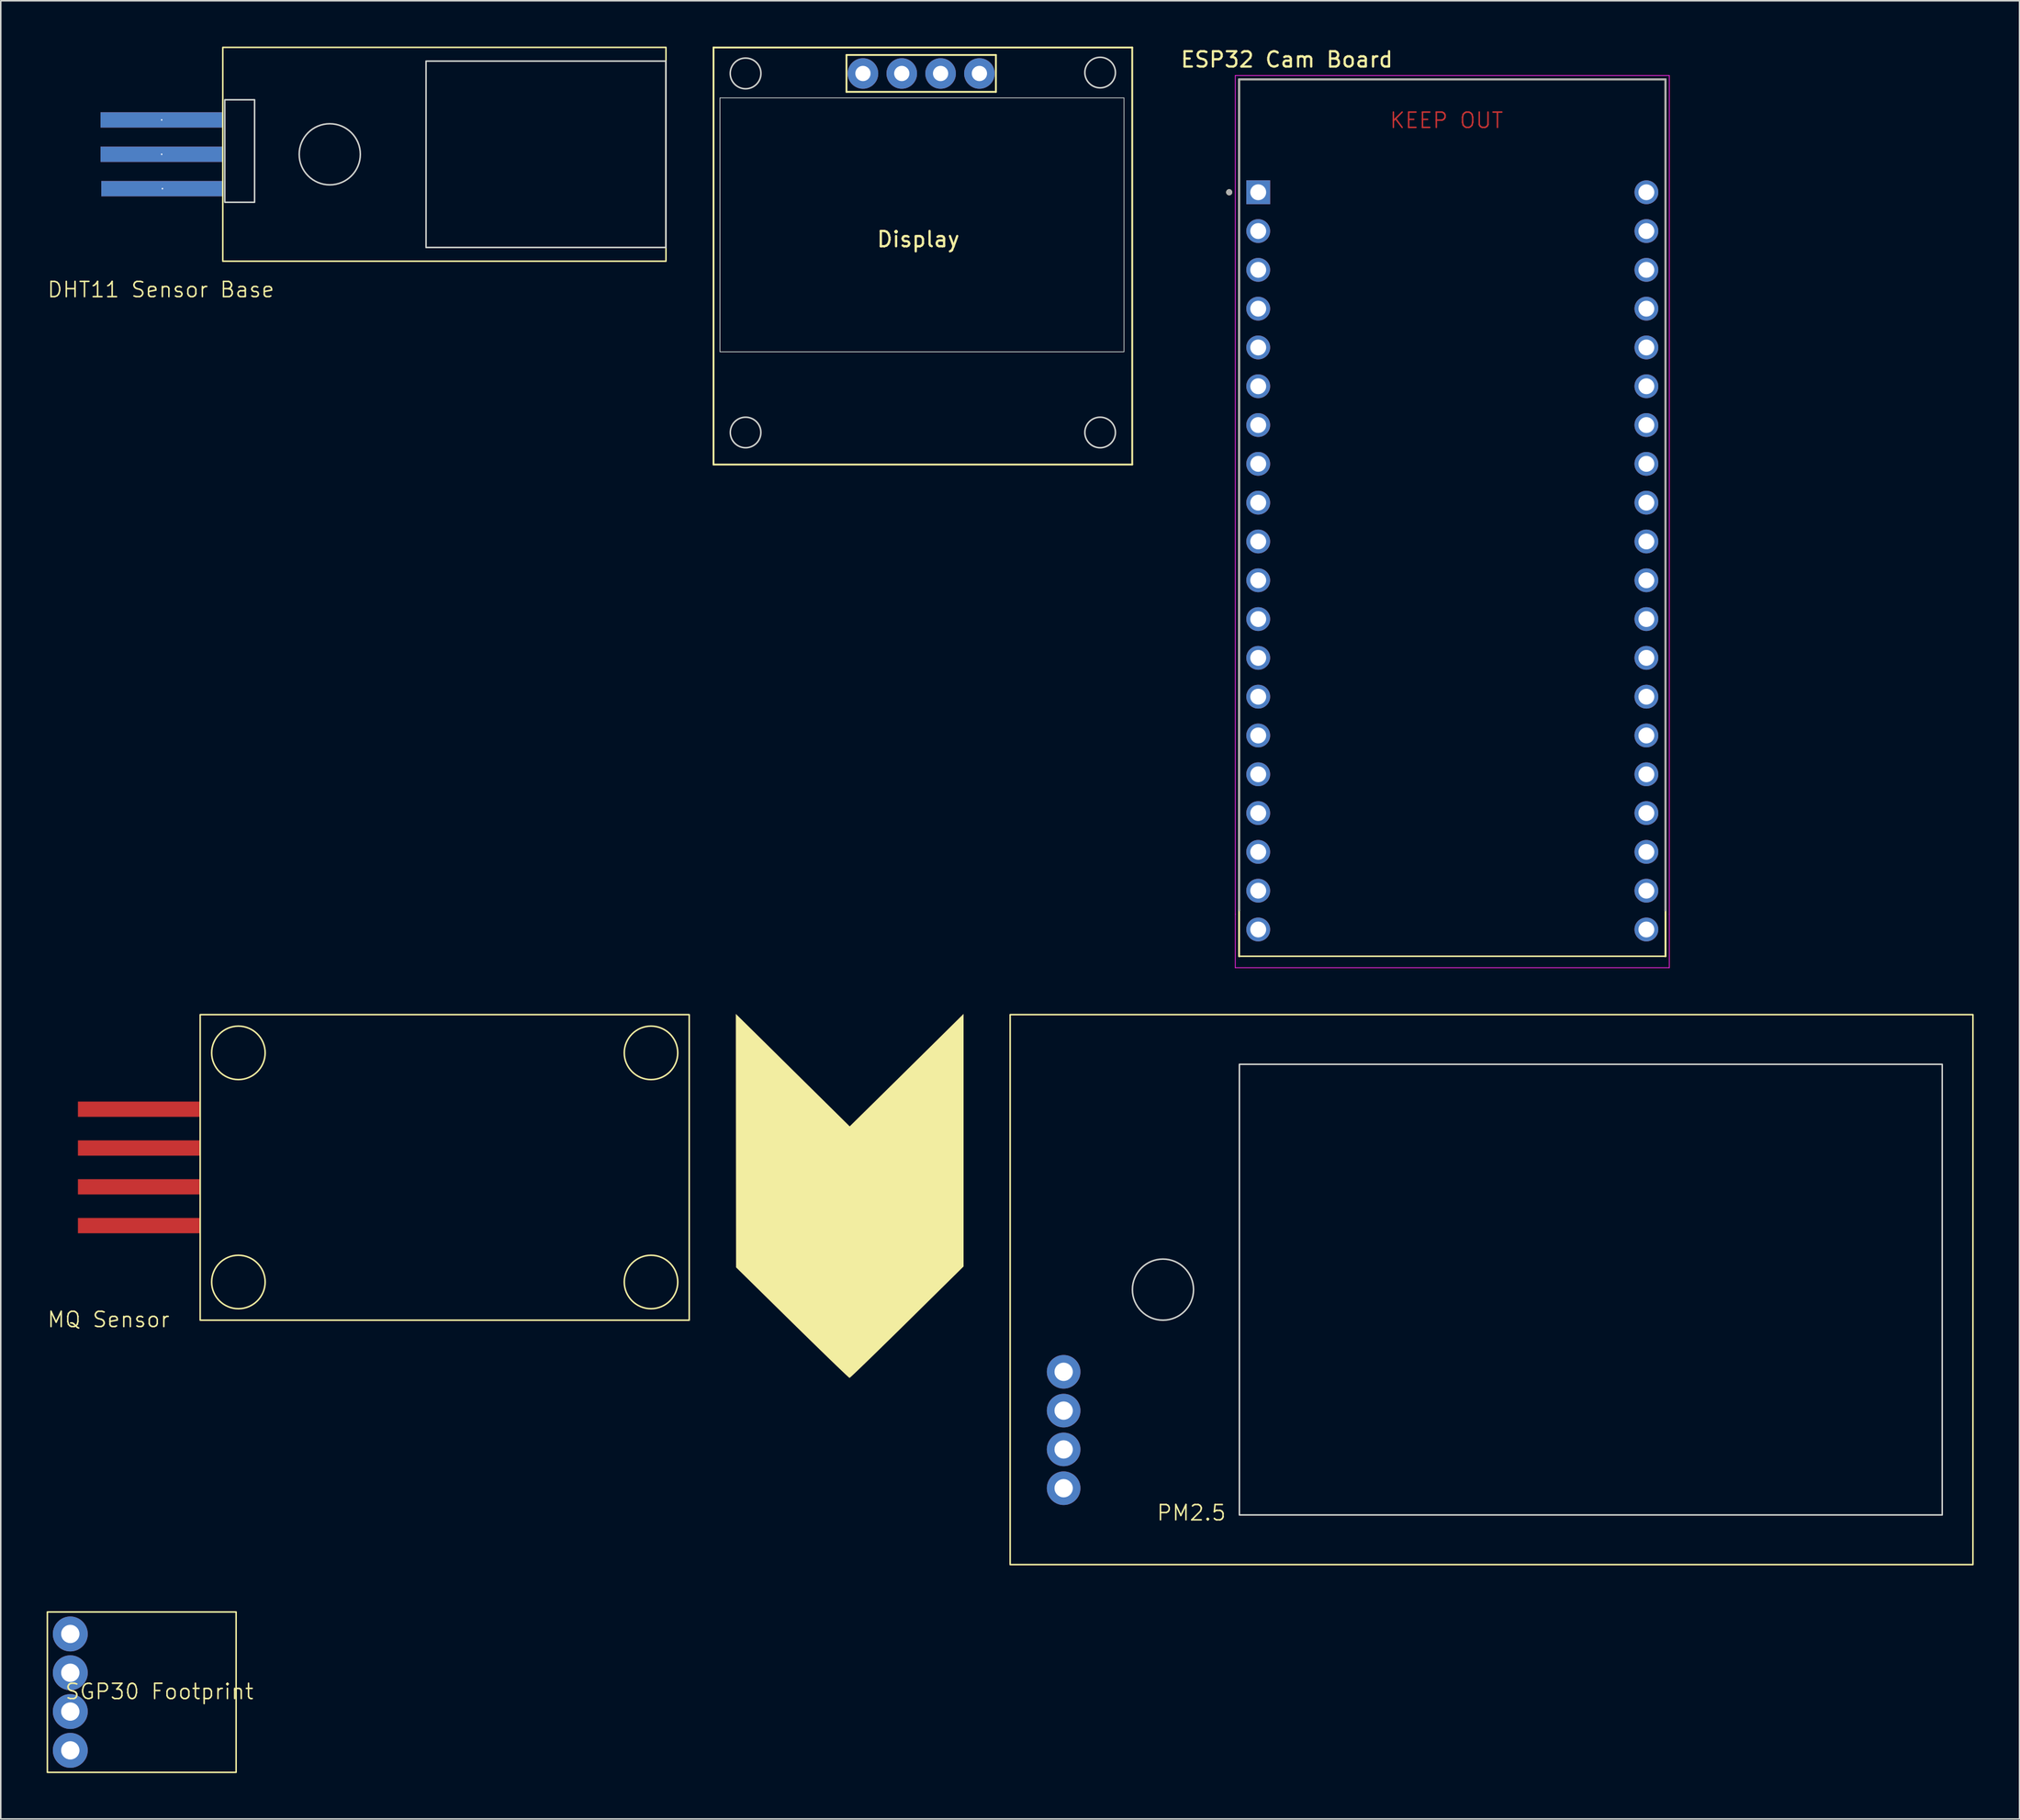
<source format=kicad_pcb>
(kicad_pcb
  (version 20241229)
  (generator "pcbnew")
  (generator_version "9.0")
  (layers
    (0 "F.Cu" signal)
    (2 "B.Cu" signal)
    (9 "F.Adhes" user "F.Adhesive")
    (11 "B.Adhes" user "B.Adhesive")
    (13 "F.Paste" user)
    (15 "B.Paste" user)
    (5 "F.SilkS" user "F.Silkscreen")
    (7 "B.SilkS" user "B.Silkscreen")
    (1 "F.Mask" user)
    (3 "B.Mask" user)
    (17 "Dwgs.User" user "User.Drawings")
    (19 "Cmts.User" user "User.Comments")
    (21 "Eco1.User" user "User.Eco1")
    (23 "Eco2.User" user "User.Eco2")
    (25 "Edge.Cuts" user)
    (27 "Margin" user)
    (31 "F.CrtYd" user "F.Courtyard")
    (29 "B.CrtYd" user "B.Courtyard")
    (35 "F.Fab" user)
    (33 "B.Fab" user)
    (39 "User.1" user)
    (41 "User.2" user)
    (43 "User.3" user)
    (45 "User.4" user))
  (footprint "Display"
    (layer "F.Cu")
    (at 57.039 12.36)
    (property "Reference" "Display" (at 0 0.254 0) (layer "F.SilkS") (effects (font (size 1 1) (thickness 0.15))))
    (attr through_hole)
    (fp_line (start -13.4 -12.3) (end 14 -12.3) (stroke (width 0.12) (type solid)) (layer "F.SilkS"))
    (fp_line (start -13.4 15) (end -13.4 -12.3) (stroke (width 0.12) (type solid)) (layer "F.SilkS"))
    (fp_line (start -4.699 -11.811) (end -4.699 -9.398) (stroke (width 0.12) (type solid)) (layer "F.SilkS"))
    (fp_line (start -4.699 -11.811) (end 5.08 -11.811) (stroke (width 0.12) (type solid)) (layer "F.SilkS"))
    (fp_line (start 5.08 -11.811) (end 5.08 -9.398) (stroke (width 0.12) (type solid)) (layer "F.SilkS"))
    (fp_line (start 5.08 -9.398) (end -4.699 -9.398) (stroke (width 0.12) (type solid)) (layer "F.SilkS"))
    (fp_line (start 14 -12.3) (end 14 15) (stroke (width 0.12) (type solid)) (layer "F.SilkS"))
    (fp_line (start 14 15) (end -13.4 15) (stroke (width 0.12) (type solid)) (layer "F.SilkS"))
    (fp_rect (start -12.978 -9.005) (end 13.462 7.62) (stroke (width 0.05) (type default)) (fill no) (layer "Edge.Cuts"))
    (fp_circle (center -11.3 -10.604) (end -10.295 -10.604) (stroke (width 0.1) (type default)) (fill no) (layer "Edge.Cuts"))
    (fp_circle (center -11.3 12.9) (end -10.3 12.9) (stroke (width 0.1) (type default)) (fill no) (layer "Edge.Cuts"))
    (fp_circle (center 11.9 -10.66) (end 12.9 -10.66) (stroke (width 0.1) (type default)) (fill no) (layer "Edge.Cuts"))
    (fp_circle (center 11.9 12.9) (end 12.9 12.9) (stroke (width 0.1) (type default)) (fill no) (layer "Edge.Cuts"))
    (pad "1" thru_hole circle (at -3.62 -10.6 90) (size 2 2) (drill 1) (layers "*.Cu" "*.Mask"))
    (pad "2" thru_hole circle (at -1.08 -10.6 90) (size 2 2) (drill 1) (layers "*.Cu" "*.Mask"))
    (pad "3" thru_hole circle (at 1.46 -10.6 90) (size 2 2) (drill 1) (layers "*.Cu" "*.Mask"))
    (pad "4" thru_hole circle (at 4 -10.6 90) (size 2 2) (drill 1) (layers "*.Cu" "*.Mask")))
  (footprint "ESP32 Cam Board"
    (layer "F.Cu")
    (at 91.984 29.295)
    (property "Reference" "ESP32 Cam Board" (at -10.829 -28.446 0) (layer "F.SilkS") (effects (font (size 1 1) (thickness 0.15))))
    (attr through_hole)
    (fp_line (start -13.95 -27.15) (end 13.95 -27.15) (stroke (width 0.127) (type solid)) (layer "F.SilkS"))
    (fp_line (start -13.95 27.25) (end -13.95 -27.15) (stroke (width 0.127) (type solid)) (layer "F.SilkS"))
    (fp_line (start -13.95 27.25) (end -13.95 30.25) (stroke (width 0.127) (type default)) (layer "F.SilkS"))
    (fp_line (start -13.95 30.25) (end 13.95 30.25) (stroke (width 0.1) (type default)) (layer "F.SilkS"))
    (fp_line (start 13.95 -27.15) (end 13.95 27.25) (stroke (width 0.127) (type solid)) (layer "F.SilkS"))
    (fp_line (start 13.95 27.25) (end 13.95 30.25) (stroke (width 0.127) (type default)) (layer "F.SilkS"))
    (fp_circle (center -14.6 -19.76) (end -14.5 -19.76) (stroke (width 0.2) (type solid)) (fill no) (layer "F.SilkS"))
    (fp_line (start -14.2 -27.4) (end 14.2 -27.4) (stroke (width 0.05) (type solid)) (layer "F.CrtYd"))
    (fp_line (start -14.2 27.5) (end -14.2 -27.4) (stroke (width 0.05) (type solid)) (layer "F.CrtYd"))
    (fp_line (start -14.2 27.5) (end -14.2 31) (stroke (width 0.05) (type default)) (layer "F.CrtYd"))
    (fp_line (start 14.2 -27.4) (end 14.2 27.5) (stroke (width 0.05) (type solid)) (layer "F.CrtYd"))
    (fp_line (start 14.2 27.5) (end 14.2 31) (stroke (width 0.05) (type default)) (layer "F.CrtYd"))
    (fp_line (start 14.2 31) (end -14.2 31) (stroke (width 0.05) (type default)) (layer "F.CrtYd"))
    (fp_line (start -13.95 -27.15) (end 13.95 -27.15) (stroke (width 0.127) (type solid)) (layer "F.Fab"))
    (fp_line (start -13.95 27.25) (end -13.95 -27.15) (stroke (width 0.127) (type solid)) (layer "F.Fab"))
    (fp_line (start 13.95 -27.15) (end 13.95 27.25) (stroke (width 0.127) (type solid)) (layer "F.Fab"))
    (fp_circle (center -14.6 -19.76) (end -14.5 -19.76) (stroke (width 0.2) (type solid)) (fill no) (layer "F.Fab"))
    (fp_text user "KEEP OUT" (at -4.16 -23.88 0) (unlocked yes) (layer "F.Cu") (effects (font (size 1 1) (thickness 0.1)) (justify left bottom)))
    (pad "J2-1" thru_hole rect (at -12.7 -19.76) (size 1.56 1.56) (drill 1.04) (layers "*.Cu" "*.Mask"))
    (pad "J2-2" thru_hole circle (at -12.7 -17.22) (size 1.56 1.56) (drill 1.04) (layers "*.Cu" "*.Mask"))
    (pad "J2-3" thru_hole circle (at -12.7 -14.68) (size 1.56 1.56) (drill 1.04) (layers "*.Cu" "*.Mask"))
    (pad "J2-4" thru_hole circle (at -12.7 -12.14) (size 1.56 1.56) (drill 1.04) (layers "*.Cu" "*.Mask"))
    (pad "J2-5" thru_hole circle (at -12.7 -9.6) (size 1.56 1.56) (drill 1.04) (layers "*.Cu" "*.Mask"))
    (pad "J2-6" thru_hole circle (at -12.7 -7.06) (size 1.56 1.56) (drill 1.04) (layers "*.Cu" "*.Mask"))
    (pad "J2-7" thru_hole circle (at -12.7 -4.52) (size 1.56 1.56) (drill 1.04) (layers "*.Cu" "*.Mask"))
    (pad "J2-8" thru_hole circle (at -12.7 -1.98) (size 1.56 1.56) (drill 1.04) (layers "*.Cu" "*.Mask"))
    (pad "J2-9" thru_hole circle (at -12.7 0.56) (size 1.56 1.56) (drill 1.04) (layers "*.Cu" "*.Mask"))
    (pad "J2-10" thru_hole circle (at -12.7 3.1) (size 1.56 1.56) (drill 1.04) (layers "*.Cu" "*.Mask"))
    (pad "J2-11" thru_hole circle (at -12.7 5.64) (size 1.56 1.56) (drill 1.04) (layers "*.Cu" "*.Mask"))
    (pad "J2-12" thru_hole circle (at -12.7 8.18) (size 1.56 1.56) (drill 1.04) (layers "*.Cu" "*.Mask"))
    (pad "J2-13" thru_hole circle (at -12.7 10.72) (size 1.56 1.56) (drill 1.04) (layers "*.Cu" "*.Mask"))
    (pad "J2-14" thru_hole circle (at -12.7 13.26) (size 1.56 1.56) (drill 1.04) (layers "*.Cu" "*.Mask"))
    (pad "J2-15" thru_hole circle (at -12.7 15.8) (size 1.56 1.56) (drill 1.04) (layers "*.Cu" "*.Mask"))
    (pad "J2-16" thru_hole circle (at -12.7 18.34) (size 1.56 1.56) (drill 1.04) (layers "*.Cu" "*.Mask"))
    (pad "J2-17" thru_hole circle (at -12.7 20.88) (size 1.56 1.56) (drill 1.04) (layers "*.Cu" "*.Mask"))
    (pad "J2-18" thru_hole circle (at -12.7 23.42) (size 1.56 1.56) (drill 1.04) (layers "*.Cu" "*.Mask"))
    (pad "J2-19" thru_hole circle (at -12.7 25.96) (size 1.56 1.56) (drill 1.04) (layers "*.Cu" "*.Mask"))
    (pad "J2-20" thru_hole circle (at -12.7 28.5) (size 1.56 1.56) (drill 1.04) (layers "*.Cu" "*.Mask"))
    (pad "J3-1" thru_hole circle (at 12.7 -19.76) (size 1.56 1.56) (drill 1.04) (layers "*.Cu" "*.Mask"))
    (pad "J3-2" thru_hole circle (at 12.7 -17.22) (size 1.56 1.56) (drill 1.04) (layers "*.Cu" "*.Mask"))
    (pad "J3-3" thru_hole circle (at 12.7 -14.68) (size 1.56 1.56) (drill 1.04) (layers "*.Cu" "*.Mask"))
    (pad "J3-4" thru_hole circle (at 12.7 -12.14) (size 1.56 1.56) (drill 1.04) (layers "*.Cu" "*.Mask"))
    (pad "J3-5" thru_hole circle (at 12.7 -9.6) (size 1.56 1.56) (drill 1.04) (layers "*.Cu" "*.Mask"))
    (pad "J3-6" thru_hole circle (at 12.7 -7.06) (size 1.56 1.56) (drill 1.04) (layers "*.Cu" "*.Mask"))
    (pad "J3-7" thru_hole circle (at 12.7 -4.52) (size 1.56 1.56) (drill 1.04) (layers "*.Cu" "*.Mask"))
    (pad "J3-8" thru_hole circle (at 12.7 -1.98) (size 1.56 1.56) (drill 1.04) (layers "*.Cu" "*.Mask"))
    (pad "J3-9" thru_hole circle (at 12.7 0.56) (size 1.56 1.56) (drill 1.04) (layers "*.Cu" "*.Mask"))
    (pad "J3-10" thru_hole circle (at 12.7 3.1) (size 1.56 1.56) (drill 1.04) (layers "*.Cu" "*.Mask"))
    (pad "J3-11" thru_hole circle (at 12.7 5.64) (size 1.56 1.56) (drill 1.04) (layers "*.Cu" "*.Mask"))
    (pad "J3-12" thru_hole circle (at 12.7 8.18) (size 1.56 1.56) (drill 1.04) (layers "*.Cu" "*.Mask"))
    (pad "J3-13" thru_hole circle (at 12.7 10.72) (size 1.56 1.56) (drill 1.04) (layers "*.Cu" "*.Mask"))
    (pad "J3-14" thru_hole circle (at 12.7 13.26) (size 1.56 1.56) (drill 1.04) (layers "*.Cu" "*.Mask"))
    (pad "J3-15" thru_hole circle (at 12.7 15.8) (size 1.56 1.56) (drill 1.04) (layers "*.Cu" "*.Mask"))
    (pad "J3-16" thru_hole circle (at 12.7 18.34) (size 1.56 1.56) (drill 1.04) (layers "*.Cu" "*.Mask"))
    (pad "J3-17" thru_hole circle (at 12.7 20.88) (size 1.56 1.56) (drill 1.04) (layers "*.Cu" "*.Mask"))
    (pad "J3-18" thru_hole circle (at 12.7 23.42) (size 1.56 1.56) (drill 1.04) (layers "*.Cu" "*.Mask"))
    (pad "J3-19" thru_hole circle (at 12.7 25.96) (size 1.56 1.56) (drill 1.04) (layers "*.Cu" "*.Mask"))
    (pad "J3-20" thru_hole circle (at 12.7 28.5) (size 1.56 1.56) (drill 1.04) (layers "*.Cu" "*.Mask"))
    (zone (net_name "") (layer "F.Cu") (hatch full 0.5) (connect_pads) (min_thickness 0.25) (filled_areas_thickness no) (keepout (tracks not_allowed) (vias not_allowed) (pads not_allowed) (copperpour allowed) (footprints not_allowed)) (placement (enabled no)) (fill) (polygon (pts (xy 78.034 2.145) (xy 105.934 2.145) (xy 105.914 8.465) (xy 78.034 8.485)))))
  (footprint "MRU Logo"
    (layer "F.Cu")
    (at 52.551 75.214)
    (property "Reference" "MRU Logo" (at 0 0 0) (layer "F.SilkS") (effects (font (size 1.5 1.5) (thickness 0.3))))
    (attr board_only exclude_from_pos_files exclude_from_bom)
    (fp_poly (pts (xy 7.451 -3.627) (xy 7.451 4.641) (xy 3.754 8.29) (xy 3.097 8.937) (xy 2.475 9.547) (xy 1.899 10.111) (xy 1.379 10.618) (xy 0.926 11.057) (xy 0.55 11.419) (xy 0.262 11.693) (xy 0.072 11.869) (xy -0.009 11.938) (xy -0.011 11.938) (xy -0.082 11.88) (xy -0.263 11.714) (xy -0.543 11.448) (xy -0.912 11.095) (xy -1.359 10.663) (xy -1.873 10.164) (xy -2.445 9.606) (xy -3.063 9.001) (xy -3.717 8.359) (xy -3.758 8.319) (xy -7.436 4.699) (xy -7.444 -3.598) (xy -7.451 -11.894) (xy -5.609 -10.075) (xy -5.027 -9.5) (xy -4.366 -8.846) (xy -3.667 -8.155) (xy -2.971 -7.467) (xy -2.319 -6.823) (xy -1.884 -6.393) (xy -0.000177 -4.531) (xy 1.545 -6.054) (xy 1.997 -6.5) (xy 2.54 -7.037) (xy 3.145 -7.633) (xy 3.78 -8.262) (xy 4.418 -8.893) (xy 5.029 -9.497) (xy 5.271 -9.736) (xy 7.451 -11.894)) (stroke (width 0) (type solid)) (fill yes) (layer "F.SilkS")))
  (footprint "MQ Sensor"
    (layer "F.Cu")
    (at 6.05 73.37)
    (property "Reference" "MQ Sensor" (at -2 9.96 0) (unlocked yes) (layer "F.SilkS") (effects (font (size 1 1) (thickness 0.1))))
    (attr smd)
    (fp_rect (start 4 -10) (end 36 10) (stroke (width 0.1) (type default)) (fill no) (layer "F.SilkS"))
    (fp_circle (center 6.5 -7.5) (end 8.25 -7.5) (stroke (width 0.1) (type default)) (fill no) (layer "F.SilkS"))
    (fp_circle (center 6.5 7.5) (end 8.25 7.5) (stroke (width 0.1) (type default)) (fill no) (layer "F.SilkS"))
    (fp_circle (center 33.5 -7.5) (end 35.25 -7.5) (stroke (width 0.1) (type default)) (fill no) (layer "F.SilkS"))
    (fp_circle (center 33.5 7.5) (end 35.25 7.5) (stroke (width 0.1) (type default)) (fill no) (layer "F.SilkS"))
    (pad "1" smd rect (at 0 -3.81) (size 8 1) (layers "F.Cu" "F.Mask" "F.Paste"))
    (pad "2" smd rect (at 0 -1.27) (size 8 1) (layers "F.Cu" "F.Mask" "F.Paste"))
    (pad "3" smd rect (at 0 1.27) (size 8 1) (layers "F.Cu" "F.Mask" "F.Paste"))
    (pad "4" smd rect (at 0 3.81) (size 8 1) (layers "F.Cu" "F.Mask" "F.Paste")))
  (footprint "DHT11 Sensor Base"
    (layer "F.Cu")
    (at 7.529 7.05)
    (property "Reference" "DHT11 Sensor Base" (at -0.05 8.86 0) (unlocked yes) (layer "F.SilkS") (effects (font (size 1 1) (thickness 0.1))))
    (attr smd)
    (fp_rect (start 4 -7) (end 33 7) (stroke (width 0.1) (type default)) (fill no) (layer "F.SilkS"))
    (fp_rect (start 4.13 -3.57) (end 6.08 3.14) (stroke (width 0.1) (type default)) (fill no) (layer "Edge.Cuts"))
    (fp_rect (start 17.3 -6.1) (end 33 6.1) (stroke (width 0.1) (type default)) (fill no) (layer "Edge.Cuts"))
    (fp_circle (center 11 0) (end 13 0) (stroke (width 0.1) (type default)) (fill no) (layer "Edge.Cuts"))
    (pad "1" thru_hole rect (at 0.05 2.25) (size 8 1) (drill 0.1) (layers "*.Cu" "*.Mask"))
    (pad "2" thru_hole rect (at 0 0) (size 8 1) (drill 0.1) (layers "*.Cu" "*.Mask"))
    (pad "3" thru_hole rect (at 0 -2.25) (size 8 1) (drill 0.1) (layers "*.Cu" "*.Mask")))
  (footprint "PM2.5"
    (layer "F.Cu")
    (at 94.551 81.37)
    (property "Reference" "PM2.5" (at -19.64 14.61 0) (unlocked yes) (layer "F.SilkS") (effects (font (size 1 1) (thickness 0.1))))
    (attr smd)
    (fp_rect (start -31.5 -18) (end 31.5 18) (stroke (width 0.1) (type default)) (fill no) (layer "F.SilkS"))
    (fp_rect (start -16.5 -14.75) (end 29.49 14.75) (stroke (width 0.1) (type default)) (fill no) (layer "Edge.Cuts"))
    (fp_circle (center -21.5 0) (end -19.5 0) (stroke (width 0.1) (type default)) (fill no) (layer "Edge.Cuts"))
    (pad "1" thru_hole circle (at -28 5.38) (size 2.2 2.2) (drill 1.2) (layers "*.Cu" "*.Mask"))
    (pad "2" thru_hole circle (at -28 7.92) (size 2.2 2.2) (drill 1.2) (layers "*.Cu" "*.Mask"))
    (pad "3" thru_hole circle (at -28 10.46) (size 2.2 2.2) (drill 1.2) (layers "*.Cu" "*.Mask"))
    (pad "4" thru_hole circle (at -28 13) (size 2.2 2.2) (drill 1.2) (layers "*.Cu" "*.Mask")))
  (footprint "SGP30 Footprint"
    (layer "F.Cu")
    (at 1.55 107.72)
    (property "Reference" "SGP30 Footprint" (at 5.83 -0.04 0) (unlocked yes) (layer "F.SilkS") (effects (font (size 1 1) (thickness 0.1))))
    (attr smd)
    (fp_rect (start -1.5 -5.25) (end 10.85 5.25) (stroke (width 0.1) (type default)) (fill no) (layer "F.SilkS"))
    (pad "1" thru_hole circle (at 0 -3.81) (size 2.286 2.286) (drill 1.2) (layers "*.Cu" "*.Mask"))
    (pad "2" thru_hole circle (at 0 -1.27) (size 2.286 2.286) (drill 1.2) (layers "*.Cu" "*.Mask"))
    (pad "3" thru_hole circle (at 0 1.27) (size 2.286 2.286) (drill 1.2) (layers "*.Cu" "*.Mask"))
    (pad "4" thru_hole circle (at 0 3.81) (size 2.286 2.286) (drill 1.2) (layers "*.Cu" "*.Mask")))
  (gr_rect
    (start -3 -3)
    (end 129.101 116.02)
    (stroke (width 0.1) (type default))
    (fill no)
    (layer "Edge.Cuts")))
</source>
